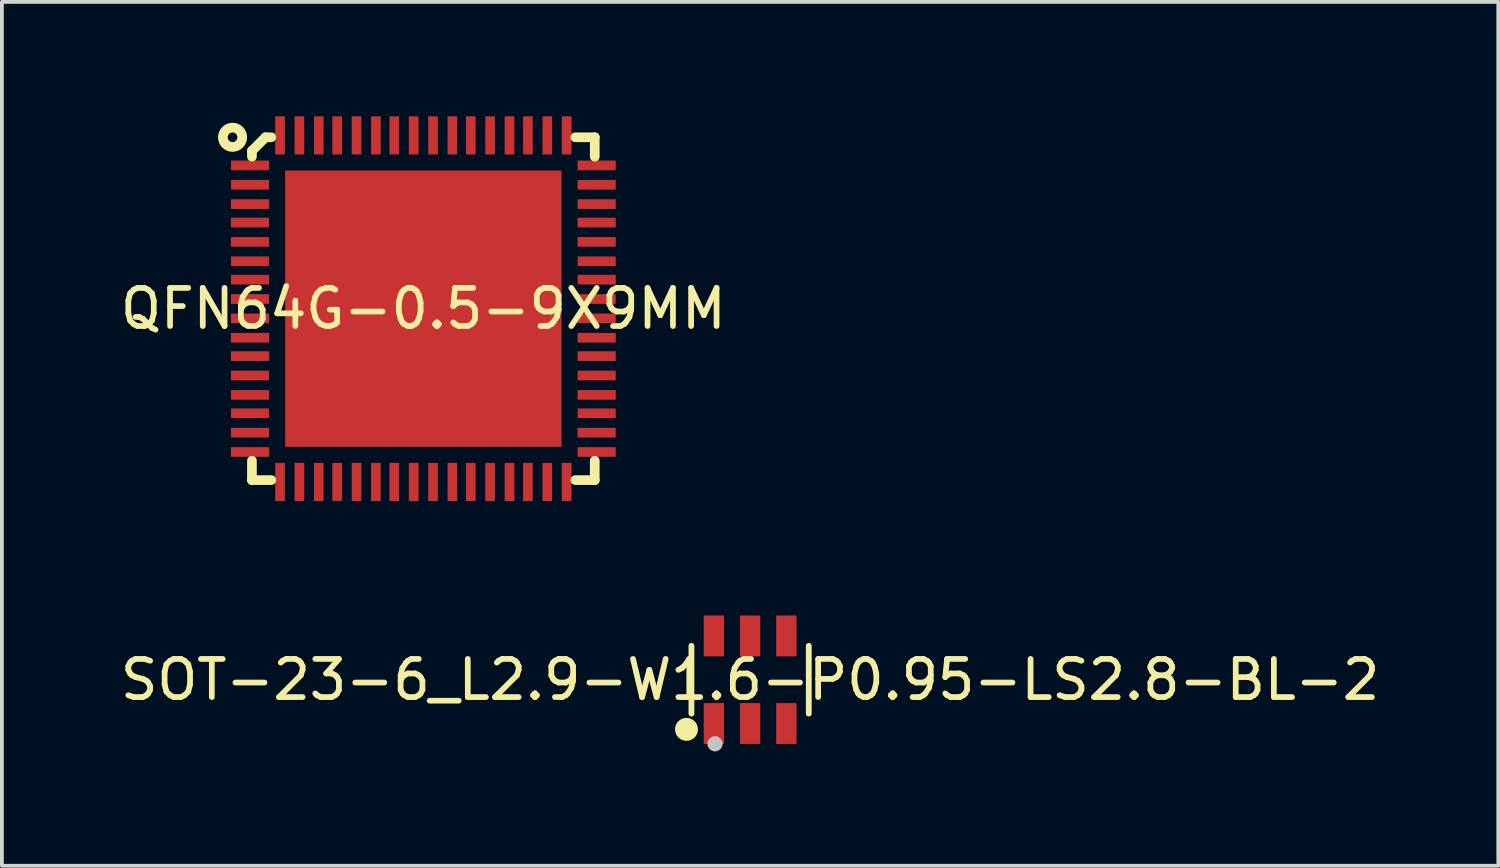
<source format=kicad_pcb>
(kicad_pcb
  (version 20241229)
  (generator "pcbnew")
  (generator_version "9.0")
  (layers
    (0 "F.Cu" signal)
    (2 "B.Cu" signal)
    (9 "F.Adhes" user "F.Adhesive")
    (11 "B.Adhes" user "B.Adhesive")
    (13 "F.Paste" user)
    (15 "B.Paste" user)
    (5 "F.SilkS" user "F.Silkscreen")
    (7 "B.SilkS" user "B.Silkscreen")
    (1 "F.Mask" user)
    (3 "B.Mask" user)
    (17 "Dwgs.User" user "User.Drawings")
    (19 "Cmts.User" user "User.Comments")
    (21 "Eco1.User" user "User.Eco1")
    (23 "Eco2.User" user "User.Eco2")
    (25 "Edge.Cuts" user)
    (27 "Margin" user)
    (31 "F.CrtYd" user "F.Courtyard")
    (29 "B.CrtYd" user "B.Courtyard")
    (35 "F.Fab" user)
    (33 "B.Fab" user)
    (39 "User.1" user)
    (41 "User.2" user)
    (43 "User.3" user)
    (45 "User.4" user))
  (footprint "SOT-23-6_L2.9-W1.6-P0.95-LS2.8-BL-2"
    (layer "F.Cu")
    (at 16.625 14.779)
    (property "Reference" "SOT-23-6_L2.9-W1.6-P0.95-LS2.8-BL-2" (at 0 0 0) (unlocked yes) (layer "F.SilkS") (effects (font (size 1 1) (thickness 0.15))))
    (fp_line (start -1.539 0.889) (end -1.539 -0.889) (stroke (width 0.152) (type default)) (layer "F.SilkS"))
    (fp_line (start 1.539 0.889) (end 1.539 -0.889) (stroke (width 0.152) (type default)) (layer "F.SilkS"))
    (fp_circle (center -1.669 1.302) (end -1.518 1.302) (stroke (width 0.3) (type default)) (fill no) (layer "F.SilkS"))
    (fp_circle (center -0.92 1.68) (end -0.82 1.68) (stroke (width 0.2) (type default)) (fill no) (layer "Dwgs.User"))
    (fp_poly (pts (xy -1.188 -0.95) (xy -1.188 -1.4) (xy -0.713 -1.4) (xy -0.713 -0.95)) (stroke (width 0.1) (type default)) (fill no) (layer "User.1"))
    (fp_poly (pts (xy -1.188 -0.79) (xy -1.188 -0.96) (xy -0.713 -0.96) (xy -0.713 -0.79)) (stroke (width 0.1) (type default)) (fill no) (layer "User.1"))
    (fp_poly (pts (xy -1.113 0.935) (xy -1.113 0.79) (xy -0.787 0.79) (xy -0.787 0.935)) (stroke (width 0.1) (type default)) (fill no) (layer "User.1"))
    (fp_poly (pts (xy -1.113 1.4) (xy -1.113 0.925) (xy -0.787 0.925) (xy -0.787 1.4)) (stroke (width 0.1) (type default)) (fill no) (layer "User.1"))
    (fp_poly (pts (xy -0.237 -0.95) (xy -0.237 -1.4) (xy 0.237 -1.4) (xy 0.237 -0.95)) (stroke (width 0.1) (type default)) (fill no) (layer "User.1"))
    (fp_poly (pts (xy -0.237 -0.79) (xy -0.237 -0.96) (xy 0.237 -0.96) (xy 0.237 -0.79)) (stroke (width 0.1) (type default)) (fill no) (layer "User.1"))
    (fp_poly (pts (xy -0.163 0.935) (xy -0.163 0.79) (xy 0.163 0.79) (xy 0.163 0.935)) (stroke (width 0.1) (type default)) (fill no) (layer "User.1"))
    (fp_poly (pts (xy -0.163 1.4) (xy -0.163 0.925) (xy 0.163 0.925) (xy 0.163 1.4)) (stroke (width 0.1) (type default)) (fill no) (layer "User.1"))
    (fp_poly (pts (xy 0.713 -0.95) (xy 0.713 -1.4) (xy 1.188 -1.4) (xy 1.188 -0.95)) (stroke (width 0.1) (type default)) (fill no) (layer "User.1"))
    (fp_poly (pts (xy 0.713 -0.79) (xy 0.713 -0.96) (xy 1.188 -0.96) (xy 1.188 -0.79)) (stroke (width 0.1) (type default)) (fill no) (layer "User.1"))
    (fp_poly (pts (xy 0.787 0.935) (xy 0.787 0.79) (xy 1.113 0.79) (xy 1.113 0.935)) (stroke (width 0.1) (type default)) (fill no) (layer "User.1"))
    (fp_poly (pts (xy 0.787 1.4) (xy 0.787 0.925) (xy 1.113 0.925) (xy 1.113 1.4)) (stroke (width 0.1) (type default)) (fill no) (layer "User.1"))
    (fp_line (start -1.463 -0.813) (end 1.463 -0.813) (stroke (width 0.051) (type default)) (layer "User.2"))
    (fp_line (start -1.463 0.813) (end -1.463 -0.813) (stroke (width 0.051) (type default)) (layer "User.2"))
    (fp_line (start 1.463 -0.813) (end 1.463 0.813) (stroke (width 0.051) (type default)) (layer "User.2"))
    (fp_line (start 1.463 0.813) (end -1.463 0.813) (stroke (width 0.051) (type default)) (layer "User.2"))
    (fp_poly (pts (xy -1.403 1.4) (xy -1.421 1.358) (xy -1.463 1.34) (xy -1.505 1.358) (xy -1.523 1.4) (xy -1.505 1.442) (xy -1.463 1.46) (xy -1.421 1.442)) (stroke (width 0.1) (type default)) (fill no) (layer "User.3"))
    (pad "1" smd rect (at -0.95 1.149) (size 0.532 1.072) (layers "F.Cu" "F.Mask" "F.Paste"))
    (pad "2" smd rect (at 0 1.149) (size 0.532 1.072) (layers "F.Cu" "F.Mask" "F.Paste"))
    (pad "3" smd rect (at 0.95 1.149) (size 0.532 1.072) (layers "F.Cu" "F.Mask" "F.Paste"))
    (pad "4" smd rect (at 0.95 -1.149) (size 0.532 1.072) (layers "F.Cu" "F.Mask" "F.Paste"))
    (pad "5" smd rect (at 0 -1.149) (size 0.532 1.072) (layers "F.Cu" "F.Mask" "F.Paste"))
    (pad "6" smd rect (at -0.95 -1.149) (size 0.532 1.072) (layers "F.Cu" "F.Mask" "F.Paste")))
  (footprint "QFN64G-0.5-9X9MM"
    (layer "F.Cu")
    (at 8.054 5.047)
    (property "Reference" "QFN64G-0.5-9X9MM" (at 0 0 0) (unlocked yes) (layer "F.SilkS") (effects (font (size 1 1) (thickness 0.15))))
    (fp_line (start -4.496 -4.14) (end -4.496 -3.988) (stroke (width 0.254) (type default)) (layer "F.SilkS"))
    (fp_line (start -4.496 4.496) (end -4.496 3.988) (stroke (width 0.254) (type default)) (layer "F.SilkS"))
    (fp_line (start -4.14 -4.496) (end -4.496 -4.14) (stroke (width 0.254) (type default)) (layer "F.SilkS"))
    (fp_line (start -3.988 -4.496) (end -4.14 -4.496) (stroke (width 0.254) (type default)) (layer "F.SilkS"))
    (fp_line (start -3.988 4.496) (end -4.496 4.496) (stroke (width 0.254) (type default)) (layer "F.SilkS"))
    (fp_line (start 3.988 -4.496) (end 4.496 -4.496) (stroke (width 0.254) (type default)) (layer "F.SilkS"))
    (fp_line (start 3.988 4.496) (end 4.496 4.496) (stroke (width 0.254) (type default)) (layer "F.SilkS"))
    (fp_line (start 4.496 -4.496) (end 4.496 -3.988) (stroke (width 0.254) (type default)) (layer "F.SilkS"))
    (fp_line (start 4.496 4.496) (end 4.496 3.988) (stroke (width 0.254) (type default)) (layer "F.SilkS"))
    (fp_circle (center -5.004 -4.496) (end -4.75 -4.496) (stroke (width 0.254) (type default)) (fill no) (layer "F.SilkS"))
    (pad "1" smd rect (at -4.546 -3.759) (size 1.001 0.254) (layers "F.Cu" "F.Mask" "F.Paste"))
    (pad "2" smd rect (at -4.546 -3.251) (size 1.001 0.254) (layers "F.Cu" "F.Mask" "F.Paste"))
    (pad "3" smd rect (at -4.546 -2.743) (size 1.001 0.254) (layers "F.Cu" "F.Mask" "F.Paste"))
    (pad "4" smd rect (at -4.546 -2.26) (size 1.001 0.254) (layers "F.Cu" "F.Mask" "F.Paste"))
    (pad "5" smd rect (at -4.546 -1.752) (size 1.001 0.254) (layers "F.Cu" "F.Mask" "F.Paste"))
    (pad "6" smd rect (at -4.546 -1.244) (size 1.001 0.254) (layers "F.Cu" "F.Mask" "F.Paste"))
    (pad "7" smd rect (at -4.546 -0.762) (size 1.001 0.254) (layers "F.Cu" "F.Mask" "F.Paste"))
    (pad "8" smd rect (at -4.546 -0.254) (size 1.001 0.254) (layers "F.Cu" "F.Mask" "F.Paste"))
    (pad "9" smd rect (at -4.546 0.254) (size 1.001 0.254) (layers "F.Cu" "F.Mask" "F.Paste"))
    (pad "10" smd rect (at -4.546 0.762) (size 1.001 0.254) (layers "F.Cu" "F.Mask" "F.Paste"))
    (pad "11" smd rect (at -4.546 1.244) (size 1.001 0.254) (layers "F.Cu" "F.Mask" "F.Paste"))
    (pad "12" smd rect (at -4.546 1.752) (size 1.001 0.254) (layers "F.Cu" "F.Mask" "F.Paste"))
    (pad "13" smd rect (at -4.546 2.26) (size 1.001 0.254) (layers "F.Cu" "F.Mask" "F.Paste"))
    (pad "14" smd rect (at -4.546 2.743) (size 1.001 0.254) (layers "F.Cu" "F.Mask" "F.Paste"))
    (pad "15" smd rect (at -4.546 3.251) (size 1.001 0.254) (layers "F.Cu" "F.Mask" "F.Paste"))
    (pad "16" smd rect (at -4.546 3.759) (size 1.001 0.254) (layers "F.Cu" "F.Mask" "F.Paste"))
    (pad "17" smd rect (at -3.759 4.546 90) (size 1.001 0.254) (layers "F.Cu" "F.Mask" "F.Paste"))
    (pad "18" smd rect (at -3.251 4.546 90) (size 1.001 0.254) (layers "F.Cu" "F.Mask" "F.Paste"))
    (pad "19" smd rect (at -2.743 4.546 90) (size 1.001 0.254) (layers "F.Cu" "F.Mask" "F.Paste"))
    (pad "20" smd rect (at -2.26 4.546 90) (size 1.001 0.254) (layers "F.Cu" "F.Mask" "F.Paste"))
    (pad "21" smd rect (at -1.752 4.546 90) (size 1.001 0.254) (layers "F.Cu" "F.Mask" "F.Paste"))
    (pad "22" smd rect (at -1.244 4.546 90) (size 1.001 0.254) (layers "F.Cu" "F.Mask" "F.Paste"))
    (pad "23" smd rect (at -0.762 4.546 90) (size 1.001 0.254) (layers "F.Cu" "F.Mask" "F.Paste"))
    (pad "24" smd rect (at -0.254 4.546 90) (size 1.001 0.254) (layers "F.Cu" "F.Mask" "F.Paste"))
    (pad "25" smd rect (at 0.254 4.546 90) (size 1.001 0.254) (layers "F.Cu" "F.Mask" "F.Paste"))
    (pad "26" smd rect (at 0.762 4.546 90) (size 1.001 0.254) (layers "F.Cu" "F.Mask" "F.Paste"))
    (pad "27" smd rect (at 1.244 4.546 90) (size 1.001 0.254) (layers "F.Cu" "F.Mask" "F.Paste"))
    (pad "28" smd rect (at 1.752 4.546 90) (size 1.001 0.254) (layers "F.Cu" "F.Mask" "F.Paste"))
    (pad "29" smd rect (at 2.26 4.546 90) (size 1.001 0.254) (layers "F.Cu" "F.Mask" "F.Paste"))
    (pad "30" smd rect (at 2.743 4.546 90) (size 1.001 0.254) (layers "F.Cu" "F.Mask" "F.Paste"))
    (pad "31" smd rect (at 3.251 4.546 90) (size 1.001 0.254) (layers "F.Cu" "F.Mask" "F.Paste"))
    (pad "32" smd rect (at 3.759 4.546 90) (size 1.001 0.254) (layers "F.Cu" "F.Mask" "F.Paste"))
    (pad "33" smd rect (at 4.546 3.759 180) (size 1.001 0.254) (layers "F.Cu" "F.Mask" "F.Paste"))
    (pad "34" smd rect (at 4.546 3.251 180) (size 1.001 0.254) (layers "F.Cu" "F.Mask" "F.Paste"))
    (pad "35" smd rect (at 4.546 2.743 180) (size 1.001 0.254) (layers "F.Cu" "F.Mask" "F.Paste"))
    (pad "36" smd rect (at 4.546 2.26 180) (size 1.001 0.254) (layers "F.Cu" "F.Mask" "F.Paste"))
    (pad "37" smd rect (at 4.546 1.752 180) (size 1.001 0.254) (layers "F.Cu" "F.Mask" "F.Paste"))
    (pad "38" smd rect (at 4.546 1.244 180) (size 1.001 0.254) (layers "F.Cu" "F.Mask" "F.Paste"))
    (pad "39" smd rect (at 4.546 0.762 180) (size 1.001 0.254) (layers "F.Cu" "F.Mask" "F.Paste"))
    (pad "40" smd rect (at 4.546 0.254 180) (size 1.001 0.254) (layers "F.Cu" "F.Mask" "F.Paste"))
    (pad "41" smd rect (at 4.546 -0.254 180) (size 1.001 0.254) (layers "F.Cu" "F.Mask" "F.Paste"))
    (pad "42" smd rect (at 4.546 -0.762 180) (size 1.001 0.254) (layers "F.Cu" "F.Mask" "F.Paste"))
    (pad "43" smd rect (at 4.546 -1.244 180) (size 1.001 0.254) (layers "F.Cu" "F.Mask" "F.Paste"))
    (pad "44" smd rect (at 4.546 -1.752 180) (size 1.001 0.254) (layers "F.Cu" "F.Mask" "F.Paste"))
    (pad "45" smd rect (at 4.546 -2.26 180) (size 1.001 0.254) (layers "F.Cu" "F.Mask" "F.Paste"))
    (pad "46" smd rect (at 4.546 -2.743 180) (size 1.001 0.254) (layers "F.Cu" "F.Mask" "F.Paste"))
    (pad "47" smd rect (at 4.546 -3.251 180) (size 1.001 0.254) (layers "F.Cu" "F.Mask" "F.Paste"))
    (pad "48" smd rect (at 4.546 -3.759 180) (size 1.001 0.254) (layers "F.Cu" "F.Mask" "F.Paste"))
    (pad "49" smd rect (at 3.759 -4.546 270) (size 1.001 0.254) (layers "F.Cu" "F.Mask" "F.Paste"))
    (pad "50" smd rect (at 3.251 -4.546 270) (size 1.001 0.254) (layers "F.Cu" "F.Mask" "F.Paste"))
    (pad "51" smd rect (at 2.743 -4.546 270) (size 1.001 0.254) (layers "F.Cu" "F.Mask" "F.Paste"))
    (pad "52" smd rect (at 2.26 -4.546 270) (size 1.001 0.254) (layers "F.Cu" "F.Mask" "F.Paste"))
    (pad "53" smd rect (at 1.752 -4.546 270) (size 1.001 0.254) (layers "F.Cu" "F.Mask" "F.Paste"))
    (pad "54" smd rect (at 1.244 -4.546 270) (size 1.001 0.254) (layers "F.Cu" "F.Mask" "F.Paste"))
    (pad "55" smd rect (at 0.762 -4.546 270) (size 1.001 0.254) (layers "F.Cu" "F.Mask" "F.Paste"))
    (pad "56" smd rect (at 0.254 -4.546 270) (size 1.001 0.254) (layers "F.Cu" "F.Mask" "F.Paste"))
    (pad "57" smd rect (at -0.254 -4.546 270) (size 1.001 0.254) (layers "F.Cu" "F.Mask" "F.Paste"))
    (pad "58" smd rect (at -0.762 -4.546 270) (size 1.001 0.254) (layers "F.Cu" "F.Mask" "F.Paste"))
    (pad "59" smd rect (at -1.244 -4.546 270) (size 1.001 0.254) (layers "F.Cu" "F.Mask" "F.Paste"))
    (pad "60" smd rect (at -1.752 -4.546 270) (size 1.001 0.254) (layers "F.Cu" "F.Mask" "F.Paste"))
    (pad "61" smd rect (at -2.26 -4.546 270) (size 1.001 0.254) (layers "F.Cu" "F.Mask" "F.Paste"))
    (pad "62" smd rect (at -2.743 -4.546 270) (size 1.001 0.254) (layers "F.Cu" "F.Mask" "F.Paste"))
    (pad "63" smd rect (at -3.251 -4.546 270) (size 1.001 0.254) (layers "F.Cu" "F.Mask" "F.Paste"))
    (pad "64" smd rect (at -3.759 -4.546 270) (size 1.001 0.254) (layers "F.Cu" "F.Mask" "F.Paste"))
    (pad "65" smd rect (at 0 0) (size 7.249 7.249) (layers "F.Cu" "F.Mask" "F.Paste")))
  (gr_rect
    (start -3 -3)
    (end 36.25 19.659)
    (stroke (width 0.1) (type default))
    (fill no)
    (layer "Edge.Cuts")))
</source>
